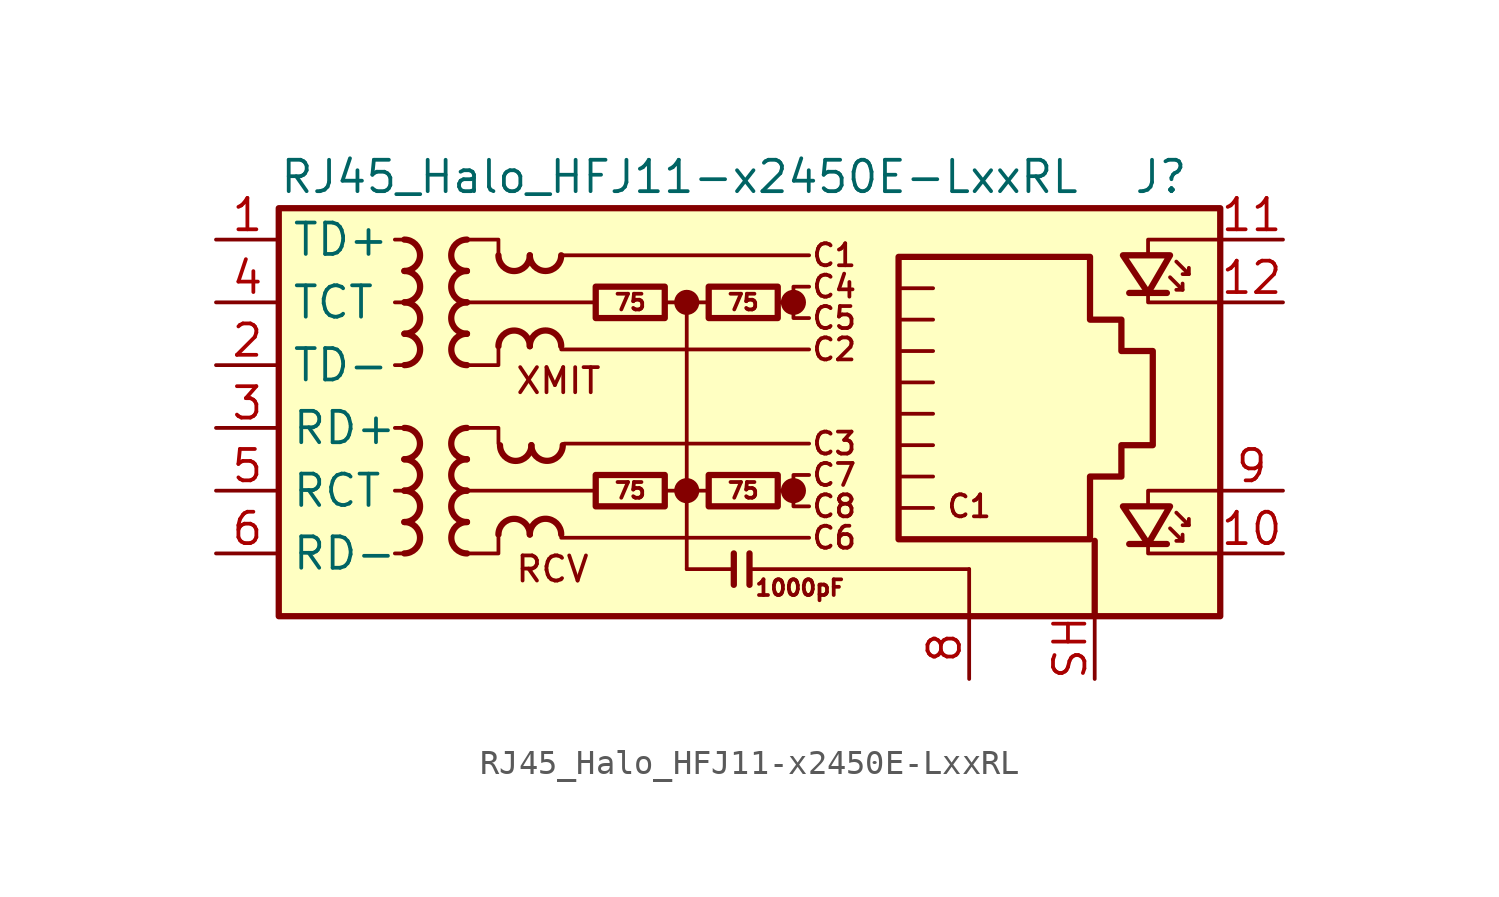
<source format=kicad_sym>
(kicad_symbol_lib
  (version 20220914)
  (generator kicad_symbol_editor)
  (symbol "RJ45_Halo_HFJ11-x2450E-LxxRL"
    (property "Reference" "J"
      (at 19.05 10.16 0)
      (effects (font (size 1.27 1.27)) (justify right)))
    (property "Value" "RJ45_Halo_HFJ11-x2450E-LxxRL"
      (at -17.78 10.16 0)
      (effects (font (size 1.27 1.27)) (justify left)))
    (symbol "RJ45_Halo_HFJ11-x2450E-LxxRL_0_0"
      (circle (center -1.27 -2.54) (radius 0.0001) (stroke (width 0.508) (type default)) (fill (type none)))
      (circle (center -1.27 5.08) (radius 0.0001) (stroke (width 0.508) (type default)) (fill (type none)))
      (polyline (pts (xy -1.27 5.08) (xy -1.27 -5.715)) (stroke (width 0) (type default)) (fill (type none)))
      (polyline (pts (xy 0.635 -5.08) (xy 0.635 -6.35)) (stroke (width 0.254) (type default)) (fill (type none)))
      (polyline (pts (xy 1.27 -5.08) (xy 1.27 -6.35)) (stroke (width 0.254) (type default)) (fill (type none)))
      (polyline (pts (xy 3.048 -2.54) (xy 2.54 -2.54)) (stroke (width 0) (type default)) (fill (type none)))
      (polyline (pts (xy 3.048 5.08) (xy 2.54 5.08)) (stroke (width 0) (type default)) (fill (type none)))
      (polyline (pts (xy 17.399 -3.175) (xy 17.399 -2.54) (xy 20.32 -2.54)) (stroke (width 0) (type default)) (fill (type none)))
      (polyline (pts (xy 17.399 6.985) (xy 17.399 7.62) (xy 20.32 7.62)) (stroke (width 0) (type default)) (fill (type none)))
      (polyline (pts (xy 20.32 -5.08) (xy 17.399 -5.08) (xy 17.399 -4.572)) (stroke (width 0) (type default)) (fill (type none)))
      (polyline (pts (xy 20.32 5.08) (xy 17.399 5.08) (xy 17.399 5.588)) (stroke (width 0) (type default)) (fill (type none)))
      (polyline (pts (xy 3.683 -1.905) (xy 3.048 -1.905) (xy 3.048 -3.175) (xy 3.683 -3.175)) (stroke (width 0) (type default)) (fill (type none)))
      (polyline (pts (xy 3.683 5.715) (xy 3.048 5.715) (xy 3.048 4.445) (xy 3.683 4.445)) (stroke (width 0) (type default)) (fill (type none)))
      (circle (center 3.048 -2.54) (radius 0.0001) (stroke (width 0.508) (type default)) (fill (type none)))
      (circle (center 3.048 5.08) (radius 0.0001) (stroke (width 0.508) (type default)) (fill (type none)))
      (text "C1" (at 4.699 6.985 0) (effects (font (size 0.889 0.889))))
      (text "C1" (at 10.16 -3.175 0) (effects (font (size 0.889 0.889))))
      (text "C2" (at 4.699 3.175 0) (effects (font (size 0.889 0.889))))
      (text "C3" (at 4.699 -0.635 0) (effects (font (size 0.889 0.889))))
      (text "C4" (at 4.699 5.715 0) (effects (font (size 0.889 0.889))))
      (text "C5" (at 4.699 4.445 0) (effects (font (size 0.889 0.889))))
      (text "C6" (at 4.699 -4.445 0) (effects (font (size 0.889 0.889))))
      (text "C7" (at 4.699 -1.905 0) (effects (font (size 0.889 0.889))))
      (text "C8" (at 4.699 -3.175 0) (effects (font (size 0.889 0.889))))
      (text "RCV" (at -8.255 -5.715 0) (effects (font (size 1.016 1.016)) (justify left)))
      (text "XMIT" (at -8.255 1.905 0) (effects (font (size 1.016 1.016)) (justify left))))
    (symbol "RJ45_Halo_HFJ11-x2450E-LxxRL_0_1"
      (rectangle (start -17.78 8.89) (end 20.32 -7.62) (stroke (width 0.254) (type default)) (fill (type background)))
      (polyline (pts (xy -12.7 -5.08) (xy -13.081 -5.08)) (stroke (width 0) (type default)) (fill (type none)))
      (polyline (pts (xy -12.7 -2.54) (xy -13.081 -2.54)) (stroke (width 0) (type default)) (fill (type none)))
      (polyline (pts (xy -12.7 0) (xy -13.081 0)) (stroke (width 0) (type default)) (fill (type none)))
      (polyline (pts (xy -12.7 2.54) (xy -13.081 2.54)) (stroke (width 0) (type default)) (fill (type none)))
      (polyline (pts (xy -12.7 5.08) (xy -13.081 5.08)) (stroke (width 0) (type default)) (fill (type none)))
      (polyline (pts (xy -12.7 7.62) (xy -13.081 7.62)) (stroke (width 0) (type default)) (fill (type none)))
      (polyline (pts (xy -6.35 -4.445) (xy 3.683 -4.445)) (stroke (width 0) (type default)) (fill (type none)))
      (polyline (pts (xy -6.35 3.175) (xy 3.683 3.175)) (stroke (width 0) (type default)) (fill (type none)))
      (polyline (pts (xy -6.35 6.985) (xy 3.683 6.985)) (stroke (width 0) (type default)) (fill (type none)))
      (polyline (pts (xy -6.223 -0.635) (xy 3.683 -0.635)) (stroke (width 0) (type default)) (fill (type none)))
      (polyline (pts (xy -5.08 -2.54) (xy -10.16 -2.54)) (stroke (width 0) (type default)) (fill (type none)))
      (polyline (pts (xy -4.953 5.08) (xy -10.16 5.08)) (stroke (width 0) (type default)) (fill (type none)))
      (polyline (pts (xy -2.159 -2.54) (xy -0.381 -2.54)) (stroke (width 0) (type default)) (fill (type none)))
      (polyline (pts (xy -2.159 5.08) (xy -0.381 5.08)) (stroke (width 0) (type default)) (fill (type none)))
      (polyline (pts (xy 0.635 -5.715) (xy -1.27 -5.715)) (stroke (width 0) (type default)) (fill (type none)))
      (polyline (pts (xy 7.429 -1.968) (xy 8.7 -1.968)) (stroke (width 0) (type default)) (fill (type none)))
      (polyline (pts (xy 7.429 -0.699) (xy 8.7 -0.699)) (stroke (width 0) (type default)) (fill (type none)))
      (polyline (pts (xy 7.429 0.572) (xy 8.7 0.572)) (stroke (width 0) (type default)) (fill (type none)))
      (polyline (pts (xy 7.429 1.841) (xy 8.7 1.841)) (stroke (width 0) (type default)) (fill (type none)))
      (polyline (pts (xy 7.429 3.111) (xy 8.7 3.111)) (stroke (width 0) (type default)) (fill (type none)))
      (polyline (pts (xy 8.7 -3.239) (xy 7.429 -3.239)) (stroke (width 0) (type default)) (fill (type none)))
      (polyline (pts (xy 8.7 4.381) (xy 7.429 4.381)) (stroke (width 0) (type default)) (fill (type none)))
      (polyline (pts (xy 8.7 5.652) (xy 7.429 5.652)) (stroke (width 0) (type default)) (fill (type none)))
      (polyline (pts (xy 10.16 -5.715) (xy 1.27 -5.715)) (stroke (width 0) (type default)) (fill (type none)))
      (polyline (pts (xy 10.16 -5.715) (xy 10.16 -7.62)) (stroke (width 0) (type default)) (fill (type none)))
      (polyline (pts (xy -10.16 0) (xy -8.89 0) (xy -8.89 -0.635)) (stroke (width 0) (type default)) (fill (type none)))
      (polyline (pts (xy -10.16 7.62) (xy -8.89 7.62) (xy -8.89 6.985)) (stroke (width 0) (type default)) (fill (type none)))
      (polyline (pts (xy -8.89 -4.445) (xy -8.89 -5.08) (xy -10.16 -5.08)) (stroke (width 0) (type default)) (fill (type none)))
      (polyline (pts (xy -8.89 3.175) (xy -8.89 2.54) (xy -10.16 2.54)) (stroke (width 0) (type default)) (fill (type none))))
    (symbol "RJ45_Halo_HFJ11-x2450E-LxxRL_1_0"
      (text "1000pF" (at 3.302 -6.477 0) (effects (font (size 0.635 0.635)))))
    (symbol "RJ45_Halo_HFJ11-x2450E-LxxRL_1_1"
      (arc (start -12.7 -1.27) (mid -12.0677 -0.635) (end -12.7 0) (stroke (width 0.254) (type default)) (fill (type none)))
      (arc (start -12.6973 -5.08) (mid -12.065 -4.445) (end -12.6973 -3.81) (stroke (width 0.254) (type default)) (fill (type none)))
      (arc (start -12.6973 -3.81) (mid -12.065 -3.175) (end -12.6973 -2.54) (stroke (width 0.254) (type default)) (fill (type none)))
      (arc (start -12.6973 -2.54) (mid -12.065 -1.905) (end -12.6973 -1.27) (stroke (width 0.254) (type default)) (fill (type none)))
      (arc (start -12.6973 6.35) (mid -12.065 6.985) (end -12.6973 7.62) (stroke (width 0.254) (type default)) (fill (type none)))
      (arc (start -12.6946 2.54) (mid -12.0623 3.175) (end -12.6946 3.81) (stroke (width 0.254) (type default)) (fill (type none)))
      (arc (start -12.6946 3.81) (mid -12.0623 4.445) (end -12.6946 5.08) (stroke (width 0.254) (type default)) (fill (type none)))
      (arc (start -12.6946 5.08) (mid -12.0623 5.715) (end -12.6946 6.35) (stroke (width 0.254) (type default)) (fill (type none)))
      (arc (start -10.1654 -2.54) (mid -10.7977 -3.175) (end -10.1654 -3.81) (stroke (width 0.254) (type default)) (fill (type none)))
      (arc (start -10.1654 -1.27) (mid -10.7977 -1.905) (end -10.1654 -2.54) (stroke (width 0.254) (type default)) (fill (type none)))
      (arc (start -10.1654 0) (mid -10.7977 -0.635) (end -10.1654 -1.27) (stroke (width 0.254) (type default)) (fill (type none)))
      (arc (start -10.1654 5.08) (mid -10.7977 4.445) (end -10.1654 3.81) (stroke (width 0.254) (type default)) (fill (type none)))
      (arc (start -10.1654 6.35) (mid -10.7977 5.715) (end -10.1654 5.08) (stroke (width 0.254) (type default)) (fill (type none)))
      (arc (start -10.1654 7.62) (mid -10.7977 6.985) (end -10.1654 6.35) (stroke (width 0.254) (type default)) (fill (type none)))
      (arc (start -10.1627 -3.81) (mid -10.795 -4.445) (end -10.1627 -5.08) (stroke (width 0.254) (type default)) (fill (type none)))
      (arc (start -10.1627 3.81) (mid -10.795 3.175) (end -10.1627 2.54) (stroke (width 0.254) (type default)) (fill (type none)))
      (arc (start -8.89 6.9823) (mid -8.255 6.35) (end -7.62 6.9823) (stroke (width 0.254) (type default)) (fill (type none)))
      (arc (start -8.8265 -0.7012) (mid -8.1915 -1.3335) (end -7.5565 -0.7012) (stroke (width 0.254) (type default)) (fill (type none)))
      (arc (start -7.62 -4.3153) (mid -8.255 -3.683) (end -8.89 -4.3153) (stroke (width 0.254) (type default)) (fill (type none)))
      (arc (start -7.62 3.3047) (mid -8.255 3.937) (end -8.89 3.3047) (stroke (width 0.254) (type default)) (fill (type none)))
      (arc (start -7.62 6.985) (mid -6.985 6.3527) (end -6.35 6.985) (stroke (width 0.254) (type default)) (fill (type none)))
      (arc (start -7.5565 -0.6985) (mid -6.9215 -1.3308) (end -6.2865 -0.6985) (stroke (width 0.254) (type default)) (fill (type none)))
      (arc (start -6.35 -4.3126) (mid -6.985 -3.6803) (end -7.62 -4.3126) (stroke (width 0.254) (type default)) (fill (type none)))
      (arc (start -6.35 3.3074) (mid -6.985 3.9397) (end -7.62 3.3074) (stroke (width 0.254) (type default)) (fill (type none)))
      (rectangle (start -4.953 -1.905) (end -2.159 -3.175) (stroke (width 0.254) (type default)) (fill (type none)))
      (rectangle (start -4.953 5.715) (end -2.159 4.445) (stroke (width 0.254) (type default)) (fill (type none)))
      (rectangle (start -0.381 -1.905) (end 2.413 -3.175) (stroke (width 0.254) (type default)) (fill (type none)))
      (rectangle (start -0.381 5.715) (end 2.413 4.445) (stroke (width 0.254) (type default)) (fill (type none)))
      (polyline (pts (xy 15.24 -7.62) (xy 15.24 -4.572)) (stroke (width 0.254) (type default)) (fill (type none)))
      (polyline (pts (xy 18.161 -4.699) (xy 16.637 -4.699)) (stroke (width 0.254) (type default)) (fill (type none)))
      (polyline (pts (xy 18.161 5.461) (xy 16.637 5.461)) (stroke (width 0.254) (type default)) (fill (type none)))
      (polyline (pts (xy 18.796 -4.572) (xy 18.796 -4.318)) (stroke (width 0) (type default)) (fill (type none)))
      (polyline (pts (xy 18.796 5.588) (xy 18.796 5.842)) (stroke (width 0) (type default)) (fill (type none)))
      (polyline (pts (xy 19.05 -3.937) (xy 19.05 -3.683)) (stroke (width 0) (type default)) (fill (type none)))
      (polyline (pts (xy 19.05 6.223) (xy 19.05 6.477)) (stroke (width 0) (type default)) (fill (type none)))
      (polyline (pts (xy 18.288 -4.064) (xy 18.796 -4.572) (xy 18.542 -4.572)) (stroke (width 0) (type default)) (fill (type none)))
      (polyline (pts (xy 18.288 6.096) (xy 18.796 5.588) (xy 18.542 5.588)) (stroke (width 0) (type default)) (fill (type none)))
      (polyline (pts (xy 18.542 -3.429) (xy 19.05 -3.937) (xy 18.796 -3.937)) (stroke (width 0) (type default)) (fill (type none)))
      (polyline (pts (xy 18.542 6.731) (xy 19.05 6.223) (xy 18.796 6.223)) (stroke (width 0) (type default)) (fill (type none)))
      (polyline (pts (xy 18.288 -3.175) (xy 16.383 -3.175) (xy 17.399 -4.699) (xy 18.288 -3.175)) (stroke (width 0.254) (type default)) (fill (type none)))
      (polyline (pts (xy 18.288 6.985) (xy 16.383 6.985) (xy 17.399 5.461) (xy 18.288 6.985)) (stroke (width 0.254) (type default)) (fill (type none)))
      (polyline (pts (xy 7.303 -4.508) (xy 7.303 6.921) (xy 15.05 6.921) (xy 15.05 4.381) (xy 16.32 4.381) (xy 16.32 3.111) (xy 17.59 3.111) (xy 17.59 -0.699) (xy 16.32 -0.699) (xy 16.32 -1.968) (xy 15.05 -1.968) (xy 15.05 -4.508) (xy 7.303 -4.508)) (stroke (width 0.254) (type default)) (fill (type none)))
      (text "75" (at -3.556 -2.54 0) (effects (font (size 0.635 0.635))))
      (text "75" (at -3.556 5.08 0) (effects (font (size 0.635 0.635))))
      (text "75" (at 1.016 -2.54 0) (effects (font (size 0.635 0.635))))
      (text "75" (at 1.016 5.08 0) (effects (font (size 0.635 0.635))))
      (pin passive line (at -20.32 7.62 0) (length 2.54) (name "TD+" (effects (font (size 1.27 1.27)))) (number "1" (effects (font (size 1.27 1.27)))))
      (pin passive line (at 22.86 -5.08 180) (length 2.54) (name "" (effects (font (size 1.27 1.27)))) (number "10" (effects (font (size 1.27 1.27)))))
      (pin passive line (at 22.86 7.62 180) (length 2.54) (name "" (effects (font (size 1.27 1.27)))) (number "11" (effects (font (size 1.27 1.27)))))
      (pin passive line (at 22.86 5.08 180) (length 2.54) (name "" (effects (font (size 1.27 1.27)))) (number "12" (effects (font (size 1.27 1.27)))))
      (pin passive line (at -20.32 2.54 0) (length 2.54) (name "TD-" (effects (font (size 1.27 1.27)))) (number "2" (effects (font (size 1.27 1.27)))))
      (pin passive line (at -20.32 0 0) (length 2.54) (name "RD+" (effects (font (size 1.27 1.27)))) (number "3" (effects (font (size 1.27 1.27)))))
      (pin passive line (at -20.32 5.08 0) (length 2.54) (name "TCT" (effects (font (size 1.27 1.27)))) (number "4" (effects (font (size 1.27 1.27)))))
      (pin passive line (at -20.32 -2.54 0) (length 2.54) (name "RCT" (effects (font (size 1.27 1.27)))) (number "5" (effects (font (size 1.27 1.27)))))
      (pin passive line (at -20.32 -5.08 0) (length 2.54) (name "RD-" (effects (font (size 1.27 1.27)))) (number "6" (effects (font (size 1.27 1.27)))))
      (pin no_connect line (at 20.32 0 0) (length 0) hide (name "NC" (effects (font (size 1.27 1.27)))) (number "7" (effects (font (size 1.27 1.27)))))
      (pin power_in line (at 10.16 -10.16 90) (length 2.54) (name "" (effects (font (size 1.27 1.27)))) (number "8" (effects (font (size 1.27 1.27)))))
      (pin passive line (at 22.86 -2.54 180) (length 2.54) (name "" (effects (font (size 1.27 1.27)))) (number "9" (effects (font (size 1.27 1.27)))))
      (pin passive line (at 15.24 -10.16 90) (length 2.54) (name "" (effects (font (size 1.27 1.27)))) (number "SH" (effects (font (size 1.27 1.27))))))))
</source>
